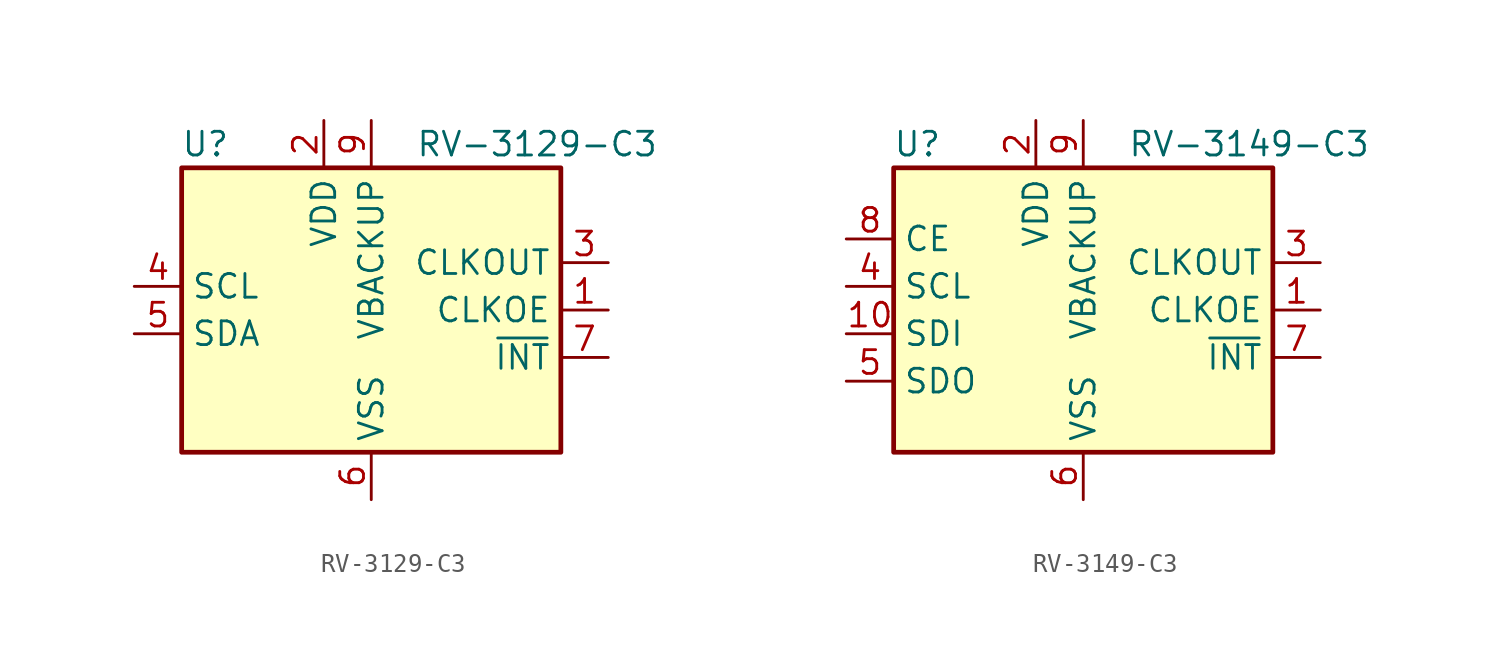
<source format=kicad_sym>
(kicad_symbol_lib
  (version 20211014)
  (generator kicad_symbol_editor)
  (symbol "RV-3129-C3"
    (property "Reference" "U"
      (at -8.89 8.89 0)
      (effects (font (size 1.27 1.27))))
    (property "Value" "RV-3129-C3"
      (at 8.89 8.89 0)
      (effects (font (size 1.27 1.27))))
    (symbol "RV-3129-C3_1_1"
      (rectangle (start 10.16 7.62) (end -10.16 -7.62) (stroke (width 0.254) (type default) (color 0 0 0 0)) (fill (type background)))
      (pin input line (at 12.7 0 180) (length 2.54) (name "CLKOE" (effects (font (size 1.27 1.27)))) (number "1" (effects (font (size 1.27 1.27)))))
      (pin no_connect line (at -12.7 -3.81 0) (length 2.54) hide (name "NC" (effects (font (size 1.27 1.27)))) (number "10" (effects (font (size 1.27 1.27)))))
      (pin input line (at -2.54 10.16 270) (length 2.54) (name "VDD" (effects (font (size 1.27 1.27)))) (number "2" (effects (font (size 1.27 1.27)))))
      (pin input line (at 12.7 2.54 180) (length 2.54) (name "CLKOUT" (effects (font (size 1.27 1.27)))) (number "3" (effects (font (size 1.27 1.27)))))
      (pin input line (at -12.7 1.27 0) (length 2.54) (name "SCL" (effects (font (size 1.27 1.27)))) (number "4" (effects (font (size 1.27 1.27)))))
      (pin bidirectional line (at -12.7 -1.27 0) (length 2.54) (name "SDA" (effects (font (size 1.27 1.27)))) (number "5" (effects (font (size 1.27 1.27)))))
      (pin power_in line (at 0 -10.16 90) (length 2.54) (name "VSS" (effects (font (size 1.27 1.27)))) (number "6" (effects (font (size 1.27 1.27)))))
      (pin open_collector line (at 12.7 -2.54 180) (length 2.54) (name "~{INT}" (effects (font (size 1.27 1.27)))) (number "7" (effects (font (size 1.27 1.27)))))
      (pin no_connect line (at -12.7 3.81 0) (length 2.54) hide (name "NC" (effects (font (size 1.27 1.27)))) (number "8" (effects (font (size 1.27 1.27)))))
      (pin power_in line (at 0 10.16 270) (length 2.54) (name "VBACKUP" (effects (font (size 1.27 1.27)))) (number "9" (effects (font (size 1.27 1.27)))))))
  (symbol "RV-3149-C3"
    (property "Reference" "U"
      (at -8.89 8.89 0)
      (effects (font (size 1.27 1.27))))
    (property "Value" "RV-3149-C3"
      (at 8.89 8.89 0)
      (effects (font (size 1.27 1.27))))
    (symbol "RV-3149-C3_1_1"
      (rectangle (start 10.16 7.62) (end -10.16 -7.62) (stroke (width 0.254) (type default) (color 0 0 0 0)) (fill (type background)))
      (pin input line (at 12.7 0 180) (length 2.54) (name "CLKOE" (effects (font (size 1.27 1.27)))) (number "1" (effects (font (size 1.27 1.27)))))
      (pin input line (at -12.7 -1.27 0) (length 2.54) (name "SDI" (effects (font (size 1.27 1.27)))) (number "10" (effects (font (size 1.27 1.27)))))
      (pin input line (at -2.54 10.16 270) (length 2.54) (name "VDD" (effects (font (size 1.27 1.27)))) (number "2" (effects (font (size 1.27 1.27)))))
      (pin input line (at 12.7 2.54 180) (length 2.54) (name "CLKOUT" (effects (font (size 1.27 1.27)))) (number "3" (effects (font (size 1.27 1.27)))))
      (pin input line (at -12.7 1.27 0) (length 2.54) (name "SCL" (effects (font (size 1.27 1.27)))) (number "4" (effects (font (size 1.27 1.27)))))
      (pin output line (at -12.7 -3.81 0) (length 2.54) (name "SDO" (effects (font (size 1.27 1.27)))) (number "5" (effects (font (size 1.27 1.27)))))
      (pin power_in line (at 0 -10.16 90) (length 2.54) (name "VSS" (effects (font (size 1.27 1.27)))) (number "6" (effects (font (size 1.27 1.27)))))
      (pin open_collector line (at 12.7 -2.54 180) (length 2.54) (name "~{INT}" (effects (font (size 1.27 1.27)))) (number "7" (effects (font (size 1.27 1.27)))))
      (pin input line (at -12.7 3.81 0) (length 2.54) (name "CE" (effects (font (size 1.27 1.27)))) (number "8" (effects (font (size 1.27 1.27)))))
      (pin power_in line (at 0 10.16 270) (length 2.54) (name "VBACKUP" (effects (font (size 1.27 1.27)))) (number "9" (effects (font (size 1.27 1.27))))))))
</source>
